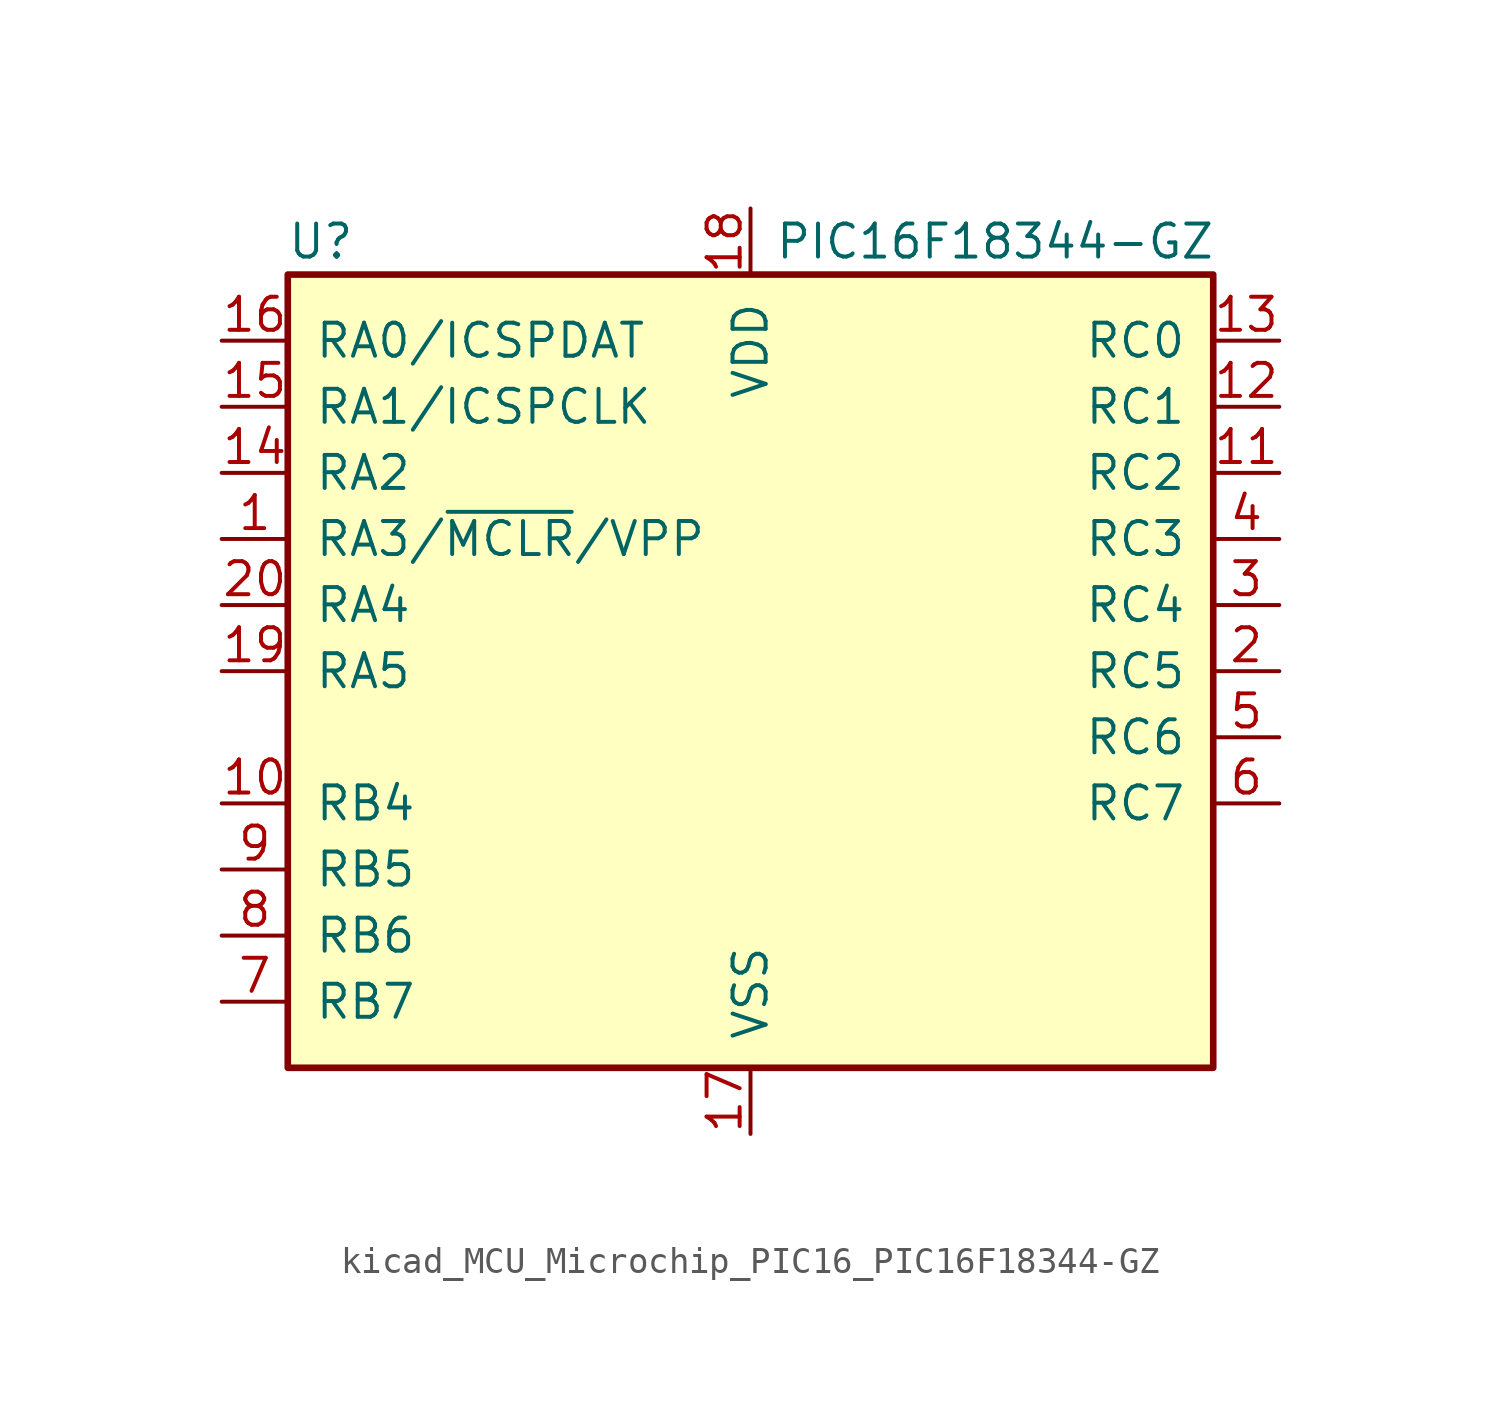
<source format=kicad_sym>
(kicad_symbol_lib
  (version 20220914)
  (generator kicad_symbol_editor)
  (symbol "kicad_MCU_Microchip_PIC16_PIC16F18344-GZ"
    (pin_names
      (offset 1.016))
    (property "Reference" "U"
      (at -16.51 16.51 0)
      (effects (font (size 1.27 1.27))))
    (property "Value" "PIC16F18344-GZ"
      (at 9.398 16.51 0)
      (effects (font (size 1.27 1.27))))
    (symbol "kicad_MCU_Microchip_PIC16_PIC16F18344-GZ_0_1"
      (rectangle (start -17.78 15.24) (end 17.78 -15.24) (stroke (width 0.254) (type default)) (fill (type background))))
    (symbol "kicad_MCU_Microchip_PIC16_PIC16F18344-GZ_1_1"
      (pin bidirectional line (at -20.32 5.08 0) (length 2.54) (name "RA3/~{MCLR}/VPP" (effects (font (size 1.27 1.27)))) (number "1" (effects (font (size 1.27 1.27)))))
      (pin bidirectional line (at -20.32 -5.08 0) (length 2.54) (name "RB4" (effects (font (size 1.27 1.27)))) (number "10" (effects (font (size 1.27 1.27)))))
      (pin bidirectional line (at 20.32 7.62 180) (length 2.54) (name "RC2" (effects (font (size 1.27 1.27)))) (number "11" (effects (font (size 1.27 1.27)))))
      (pin bidirectional line (at 20.32 10.16 180) (length 2.54) (name "RC1" (effects (font (size 1.27 1.27)))) (number "12" (effects (font (size 1.27 1.27)))))
      (pin bidirectional line (at 20.32 12.7 180) (length 2.54) (name "RC0" (effects (font (size 1.27 1.27)))) (number "13" (effects (font (size 1.27 1.27)))))
      (pin bidirectional line (at -20.32 7.62 0) (length 2.54) (name "RA2" (effects (font (size 1.27 1.27)))) (number "14" (effects (font (size 1.27 1.27)))))
      (pin bidirectional line (at -20.32 10.16 0) (length 2.54) (name "RA1/ICSPCLK" (effects (font (size 1.27 1.27)))) (number "15" (effects (font (size 1.27 1.27)))))
      (pin bidirectional line (at -20.32 12.7 0) (length 2.54) (name "RA0/ICSPDAT" (effects (font (size 1.27 1.27)))) (number "16" (effects (font (size 1.27 1.27)))))
      (pin power_in line (at 0 -17.78 90) (length 2.54) (name "VSS" (effects (font (size 1.27 1.27)))) (number "17" (effects (font (size 1.27 1.27)))))
      (pin power_in line (at 0 17.78 270) (length 2.54) (name "VDD" (effects (font (size 1.27 1.27)))) (number "18" (effects (font (size 1.27 1.27)))))
      (pin bidirectional line (at -20.32 0 0) (length 2.54) (name "RA5" (effects (font (size 1.27 1.27)))) (number "19" (effects (font (size 1.27 1.27)))))
      (pin bidirectional line (at 20.32 0 180) (length 2.54) (name "RC5" (effects (font (size 1.27 1.27)))) (number "2" (effects (font (size 1.27 1.27)))))
      (pin bidirectional line (at -20.32 2.54 0) (length 2.54) (name "RA4" (effects (font (size 1.27 1.27)))) (number "20" (effects (font (size 1.27 1.27)))))
      (pin bidirectional line (at 20.32 2.54 180) (length 2.54) (name "RC4" (effects (font (size 1.27 1.27)))) (number "3" (effects (font (size 1.27 1.27)))))
      (pin bidirectional line (at 20.32 5.08 180) (length 2.54) (name "RC3" (effects (font (size 1.27 1.27)))) (number "4" (effects (font (size 1.27 1.27)))))
      (pin bidirectional line (at 20.32 -2.54 180) (length 2.54) (name "RC6" (effects (font (size 1.27 1.27)))) (number "5" (effects (font (size 1.27 1.27)))))
      (pin bidirectional line (at 20.32 -5.08 180) (length 2.54) (name "RC7" (effects (font (size 1.27 1.27)))) (number "6" (effects (font (size 1.27 1.27)))))
      (pin bidirectional line (at -20.32 -12.7 0) (length 2.54) (name "RB7" (effects (font (size 1.27 1.27)))) (number "7" (effects (font (size 1.27 1.27)))))
      (pin bidirectional line (at -20.32 -10.16 0) (length 2.54) (name "RB6" (effects (font (size 1.27 1.27)))) (number "8" (effects (font (size 1.27 1.27)))))
      (pin bidirectional line (at -20.32 -7.62 0) (length 2.54) (name "RB5" (effects (font (size 1.27 1.27)))) (number "9" (effects (font (size 1.27 1.27))))))))
</source>
